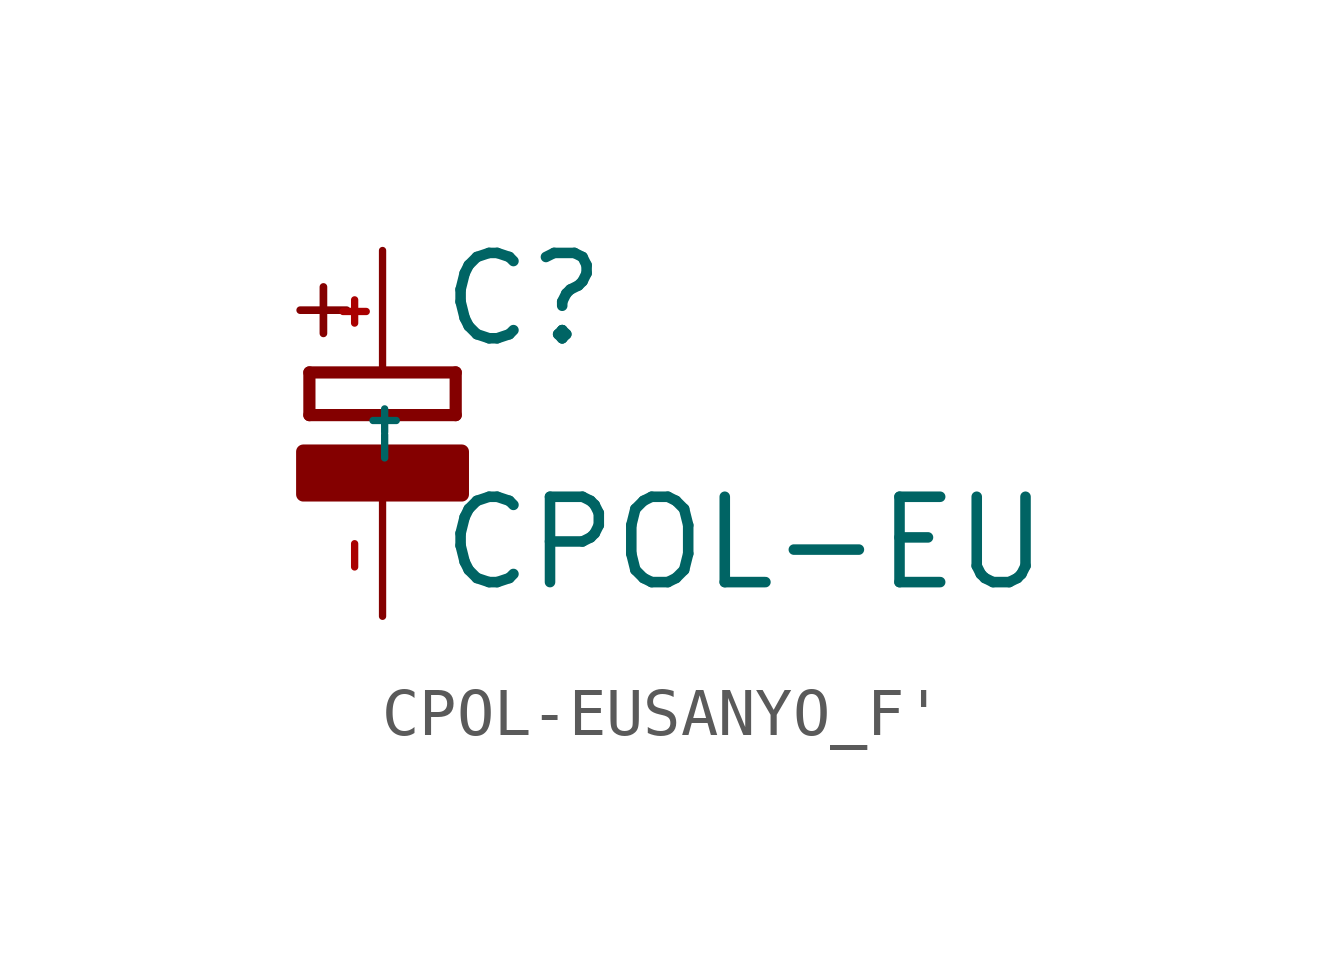
<source format=kicad_sym>
(kicad_symbol_lib
  (version 20220914)
  (generator Eagle2Kicad)
  (symbol "CPOL-EUSANYO_F'"
    (property "Reference" "C"
      (at 1.143 0.483 0)
      (effects (font (size 1.778 1.778) (thickness 0.22)) (justify left bottom)))
    (property "Value" "CPOL-EU"
      (at 1.143 -4.597 0)
      (effects (font (size 1.778 1.778) (thickness 0.22)) (justify left bottom)))
    (polyline
      (pts (xy -1.524 -0.889) (xy 1.524 -0.889))
      (stroke (width 0.254) (type default))
      (fill (type none)))
    (polyline
      (pts (xy 1.524 -0.889) (xy 1.524 0))
      (stroke (width 0.254) (type default))
      (fill (type none)))
    (polyline
      (pts (xy -1.524 0) (xy -1.524 -0.889))
      (stroke (width 0.254) (type default))
      (fill (type none)))
    (polyline
      (pts (xy -1.524 0) (xy 1.524 0))
      (stroke (width 0.254) (type default))
      (fill (type none)))
    (text "+"
      (at -0.584 0.406 900)
      (effects (font (size 1.27 1.27) (thickness 0.16)) (justify left bottom)))
    (rectangle
      (start -1.651 -2.54)
      (end 1.651 -1.651)
      (stroke (width 0.3) (type default))
      (fill (type outline)))
    (pin passive line
      (at 0 -5.08 90)
      (length 2.54)
      (name "-" (effects (font (size 0.635 0.635) (thickness 0.08)) (justify left bottom)))
      (number "-" (effects (font (size 0.635 0.635) (thickness 0.08)) (justify left bottom))))
    (pin passive line
      (at 0 2.54 270)
      (length 2.54)
      (name "+" (effects (font (size 0.635 0.635) (thickness 0.08)) (justify left bottom)))
      (number "+" (effects (font (size 0.635 0.635) (thickness 0.08)) (justify left bottom))))))
</source>
